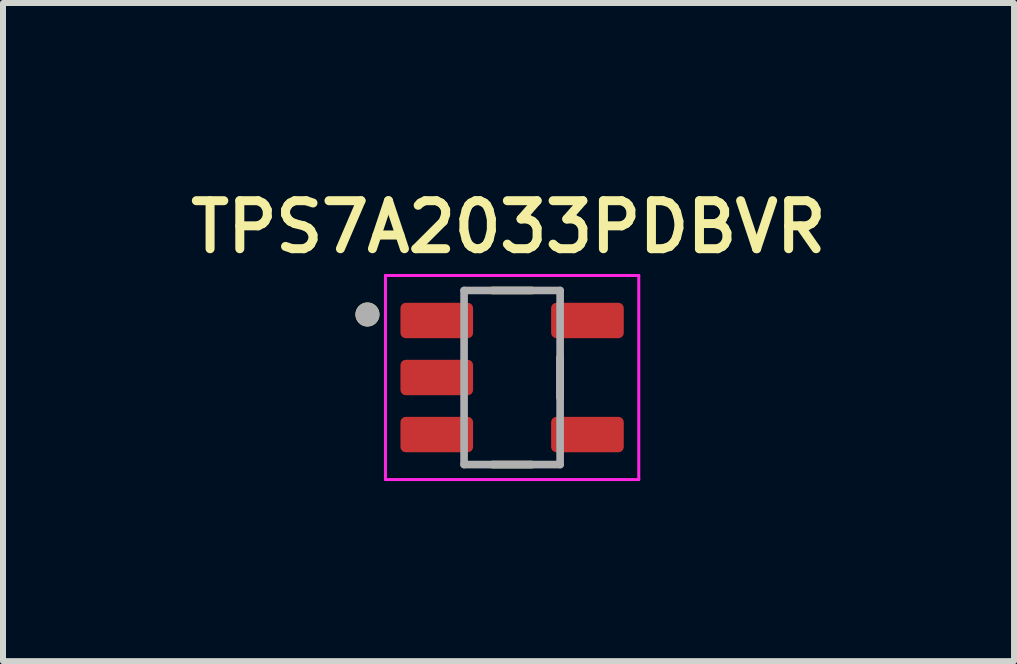
<source format=kicad_pcb>
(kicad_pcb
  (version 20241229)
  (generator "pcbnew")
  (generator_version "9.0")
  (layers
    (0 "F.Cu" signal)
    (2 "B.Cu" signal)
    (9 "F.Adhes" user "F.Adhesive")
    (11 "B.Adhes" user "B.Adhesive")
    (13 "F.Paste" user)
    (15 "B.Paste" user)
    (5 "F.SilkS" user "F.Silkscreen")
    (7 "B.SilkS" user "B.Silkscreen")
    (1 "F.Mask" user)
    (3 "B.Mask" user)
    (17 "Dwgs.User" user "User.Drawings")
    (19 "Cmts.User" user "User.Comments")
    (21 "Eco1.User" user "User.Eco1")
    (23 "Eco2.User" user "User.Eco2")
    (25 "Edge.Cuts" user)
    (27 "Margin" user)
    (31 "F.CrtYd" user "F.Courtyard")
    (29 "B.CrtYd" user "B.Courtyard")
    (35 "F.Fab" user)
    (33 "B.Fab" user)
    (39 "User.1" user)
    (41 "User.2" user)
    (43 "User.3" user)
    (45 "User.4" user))
  (footprint "TPS7A2033PDBVR"
    (layer "F.Cu")
    (at 5.481 3.239)
    (property "Reference" "TPS7A2033PDBVR" (at -0.06 -2.508 0) (layer "F.SilkS") (effects (font (size 0.8 0.8) (thickness 0.15))))
    (attr smd)
    (fp_line (start -0.33 -1.45) (end 0.33 -1.45) (stroke (width 0.127) (type solid)) (layer "F.SilkS"))
    (fp_line (start 0.33 1.45) (end -0.33 1.45) (stroke (width 0.127) (type solid)) (layer "F.SilkS"))
    (fp_line (start 0.8 -0.335) (end 0.8 0.335) (stroke (width 0.127) (type solid)) (layer "F.SilkS"))
    (fp_circle (center -2.41 -1.05) (end -2.31 -1.05) (stroke (width 0.2) (type solid)) (fill no) (layer "F.SilkS"))
    (fp_line (start -2.11 -1.7) (end 2.11 -1.7) (stroke (width 0.05) (type solid)) (layer "F.CrtYd"))
    (fp_line (start -2.11 1.7) (end -2.11 -1.7) (stroke (width 0.05) (type solid)) (layer "F.CrtYd"))
    (fp_line (start 2.11 -1.7) (end 2.11 1.7) (stroke (width 0.05) (type solid)) (layer "F.CrtYd"))
    (fp_line (start 2.11 1.7) (end -2.11 1.7) (stroke (width 0.05) (type solid)) (layer "F.CrtYd"))
    (fp_line (start -0.8 -1.45) (end 0.8 -1.45) (stroke (width 0.127) (type solid)) (layer "F.Fab"))
    (fp_line (start -0.8 1.45) (end -0.8 -1.45) (stroke (width 0.127) (type solid)) (layer "F.Fab"))
    (fp_line (start 0.8 -1.45) (end 0.8 1.45) (stroke (width 0.127) (type solid)) (layer "F.Fab"))
    (fp_line (start 0.8 1.45) (end -0.8 1.45) (stroke (width 0.127) (type solid)) (layer "F.Fab"))
    (fp_circle (center -2.41 -1.05) (end -2.31 -1.05) (stroke (width 0.2) (type solid)) (fill no) (layer "F.Fab"))
    (pad "1" smd roundrect (at -1.255 -0.95) (size 1.21 0.59) (layers "F.Cu" "F.Mask" "F.Paste") (roundrect_rratio 0.15))
    (pad "2" smd roundrect (at -1.255 0) (size 1.21 0.59) (layers "F.Cu" "F.Mask" "F.Paste") (roundrect_rratio 0.15))
    (pad "3" smd roundrect (at -1.255 0.95) (size 1.21 0.59) (layers "F.Cu" "F.Mask" "F.Paste") (roundrect_rratio 0.15))
    (pad "4" smd roundrect (at 1.255 0.95) (size 1.21 0.59) (layers "F.Cu" "F.Mask" "F.Paste") (roundrect_rratio 0.15))
    (pad "5" smd roundrect (at 1.255 -0.95) (size 1.21 0.59) (layers "F.Cu" "F.Mask" "F.Paste") (roundrect_rratio 0.15)))
  (gr_rect
    (start -3 -3)
    (end 13.842 7.964)
    (stroke (width 0.1) (type default))
    (fill no)
    (layer "Edge.Cuts")))
</source>
